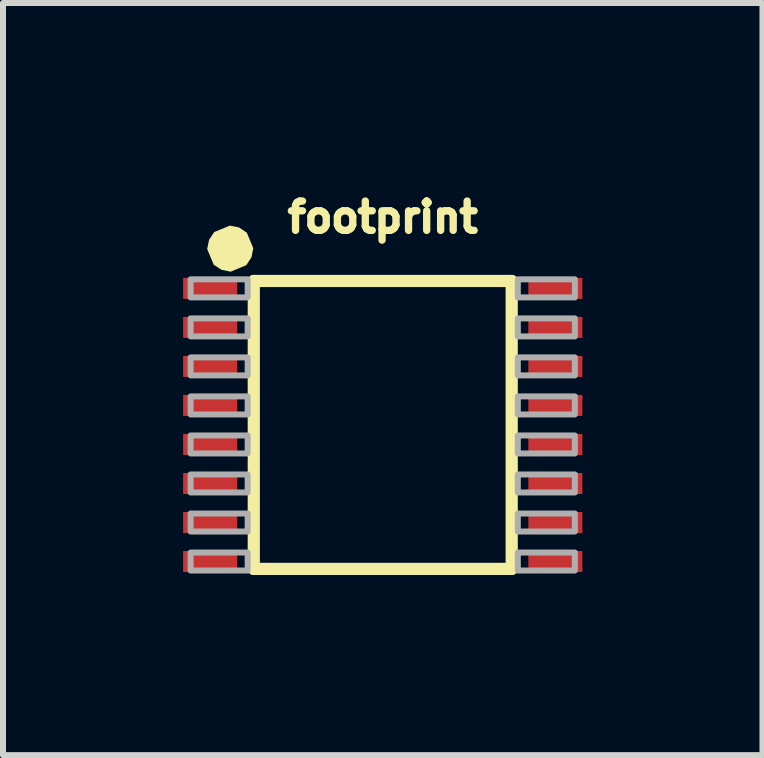
<source format=kicad_pcb>
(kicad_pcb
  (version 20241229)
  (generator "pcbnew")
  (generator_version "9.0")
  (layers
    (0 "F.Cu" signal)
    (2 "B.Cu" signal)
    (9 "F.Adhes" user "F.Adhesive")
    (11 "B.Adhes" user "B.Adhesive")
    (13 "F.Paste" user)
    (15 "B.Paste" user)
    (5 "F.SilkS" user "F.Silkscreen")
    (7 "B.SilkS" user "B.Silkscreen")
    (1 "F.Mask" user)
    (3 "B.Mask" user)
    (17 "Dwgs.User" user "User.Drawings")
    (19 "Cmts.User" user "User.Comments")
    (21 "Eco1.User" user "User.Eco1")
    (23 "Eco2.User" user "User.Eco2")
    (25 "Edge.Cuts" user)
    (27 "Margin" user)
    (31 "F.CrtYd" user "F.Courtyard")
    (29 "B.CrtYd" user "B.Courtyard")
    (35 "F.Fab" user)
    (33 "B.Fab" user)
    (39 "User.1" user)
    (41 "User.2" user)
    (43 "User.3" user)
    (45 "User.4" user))
  (footprint "footprint"
    (layer "F.Cu")
    (at 3.325 4.028)
    (property "Reference" "footprint" (at 0 -3.175 0) (layer "F.SilkS") (effects (font (size 0.488 0.488) (thickness 0.122)) (justify bottom)))
    (fp_line (start -2.148 -2.398) (end -2.148 2.398) (stroke (width 0.203) (type solid)) (layer "F.SilkS"))
    (fp_line (start -2.148 2.398) (end 2.148 2.398) (stroke (width 0.203) (type solid)) (layer "F.SilkS"))
    (fp_line (start 2.148 -2.398) (end -2.148 -2.398) (stroke (width 0.203) (type solid)) (layer "F.SilkS"))
    (fp_line (start 2.148 2.398) (end 2.148 -2.398) (stroke (width 0.203) (type solid)) (layer "F.SilkS"))
    (fp_poly (pts (xy -2.394 -3.29) (xy -2.264 -3.203) (xy -2.156 -2.943) (xy -2.187 -2.791) (xy -2.273 -2.661) (xy -2.533 -2.553) (xy -2.686 -2.584) (xy -2.816 -2.67) (xy -2.924 -2.93) (xy -2.893 -3.083) (xy -2.807 -3.213) (xy -2.547 -3.32)) (stroke (width 0) (type solid)) (fill yes) (layer "F.SilkS"))
    (fp_poly (pts (xy -3.2 -2.125) (xy -2.25 -2.125) (xy -2.25 -2.425) (xy -3.2 -2.425)) (stroke (width 0.1) (type solid)) (fill no) (layer "F.Fab"))
    (fp_poly (pts (xy -3.2 -1.475) (xy -2.25 -1.475) (xy -2.25 -1.775) (xy -3.2 -1.775)) (stroke (width 0.1) (type solid)) (fill no) (layer "F.Fab"))
    (fp_poly (pts (xy -3.2 -0.825) (xy -2.25 -0.825) (xy -2.25 -1.125) (xy -3.2 -1.125)) (stroke (width 0.1) (type solid)) (fill no) (layer "F.Fab"))
    (fp_poly (pts (xy -3.2 -0.175) (xy -2.25 -0.175) (xy -2.25 -0.475) (xy -3.2 -0.475)) (stroke (width 0.1) (type solid)) (fill no) (layer "F.Fab"))
    (fp_poly (pts (xy -3.2 0.475) (xy -2.25 0.475) (xy -2.25 0.175) (xy -3.2 0.175)) (stroke (width 0.1) (type solid)) (fill no) (layer "F.Fab"))
    (fp_poly (pts (xy -3.2 1.125) (xy -2.25 1.125) (xy -2.25 0.825) (xy -3.2 0.825)) (stroke (width 0.1) (type solid)) (fill no) (layer "F.Fab"))
    (fp_poly (pts (xy -3.2 1.775) (xy -2.25 1.775) (xy -2.25 1.475) (xy -3.2 1.475)) (stroke (width 0.1) (type solid)) (fill no) (layer "F.Fab"))
    (fp_poly (pts (xy -3.2 2.425) (xy -2.25 2.425) (xy -2.25 2.125) (xy -3.2 2.125)) (stroke (width 0.1) (type solid)) (fill no) (layer "F.Fab"))
    (fp_poly (pts (xy 3.2 -2.425) (xy 2.25 -2.425) (xy 2.25 -2.125) (xy 3.2 -2.125)) (stroke (width 0.1) (type solid)) (fill no) (layer "F.Fab"))
    (fp_poly (pts (xy 3.2 -1.775) (xy 2.25 -1.775) (xy 2.25 -1.475) (xy 3.2 -1.475)) (stroke (width 0.1) (type solid)) (fill no) (layer "F.Fab"))
    (fp_poly (pts (xy 3.2 -1.125) (xy 2.25 -1.125) (xy 2.25 -0.825) (xy 3.2 -0.825)) (stroke (width 0.1) (type solid)) (fill no) (layer "F.Fab"))
    (fp_poly (pts (xy 3.2 -0.475) (xy 2.25 -0.475) (xy 2.25 -0.175) (xy 3.2 -0.175)) (stroke (width 0.1) (type solid)) (fill no) (layer "F.Fab"))
    (fp_poly (pts (xy 3.2 0.175) (xy 2.25 0.175) (xy 2.25 0.475) (xy 3.2 0.475)) (stroke (width 0.1) (type solid)) (fill no) (layer "F.Fab"))
    (fp_poly (pts (xy 3.2 0.825) (xy 2.25 0.825) (xy 2.25 1.125) (xy 3.2 1.125)) (stroke (width 0.1) (type solid)) (fill no) (layer "F.Fab"))
    (fp_poly (pts (xy 3.2 1.475) (xy 2.25 1.475) (xy 2.25 1.775) (xy 3.2 1.775)) (stroke (width 0.1) (type solid)) (fill no) (layer "F.Fab"))
    (fp_poly (pts (xy 3.2 2.125) (xy 2.25 2.125) (xy 2.25 2.425) (xy 3.2 2.425)) (stroke (width 0.1) (type solid)) (fill no) (layer "F.Fab"))
    (pad "1" smd rect (at -2.875 -2.275) (size 0.9 0.35) (layers "F.Cu" "F.Mask" "F.Paste"))
    (pad "2" smd rect (at -2.875 -1.625) (size 0.9 0.35) (layers "F.Cu" "F.Mask" "F.Paste"))
    (pad "3" smd rect (at -2.875 -0.975) (size 0.9 0.35) (layers "F.Cu" "F.Mask" "F.Paste"))
    (pad "4" smd rect (at -2.875 -0.325) (size 0.9 0.35) (layers "F.Cu" "F.Mask" "F.Paste"))
    (pad "5" smd rect (at -2.875 0.325) (size 0.9 0.35) (layers "F.Cu" "F.Mask" "F.Paste"))
    (pad "6" smd rect (at -2.875 0.975) (size 0.9 0.35) (layers "F.Cu" "F.Mask" "F.Paste"))
    (pad "7" smd rect (at -2.875 1.625) (size 0.9 0.35) (layers "F.Cu" "F.Mask" "F.Paste"))
    (pad "8" smd rect (at -2.875 2.275) (size 0.9 0.35) (layers "F.Cu" "F.Mask" "F.Paste"))
    (pad "9" smd rect (at 2.875 2.275 180) (size 0.9 0.35) (layers "F.Cu" "F.Mask" "F.Paste"))
    (pad "10" smd rect (at 2.875 1.625 180) (size 0.9 0.35) (layers "F.Cu" "F.Mask" "F.Paste"))
    (pad "11" smd rect (at 2.875 0.975 180) (size 0.9 0.35) (layers "F.Cu" "F.Mask" "F.Paste"))
    (pad "12" smd rect (at 2.875 0.325 180) (size 0.9 0.35) (layers "F.Cu" "F.Mask" "F.Paste"))
    (pad "13" smd rect (at 2.875 -0.325 180) (size 0.9 0.35) (layers "F.Cu" "F.Mask" "F.Paste"))
    (pad "14" smd rect (at 2.875 -0.975 180) (size 0.9 0.35) (layers "F.Cu" "F.Mask" "F.Paste"))
    (pad "15" smd rect (at 2.875 -1.625 180) (size 0.9 0.35) (layers "F.Cu" "F.Mask" "F.Paste"))
    (pad "16" smd rect (at 2.875 -2.275 180) (size 0.9 0.35) (layers "F.Cu" "F.Mask" "F.Paste")))
  (gr_rect
    (start -3 -3)
    (end 9.65 9.528)
    (stroke (width 0.1) (type default))
    (fill no)
    (layer "Edge.Cuts")))
</source>
